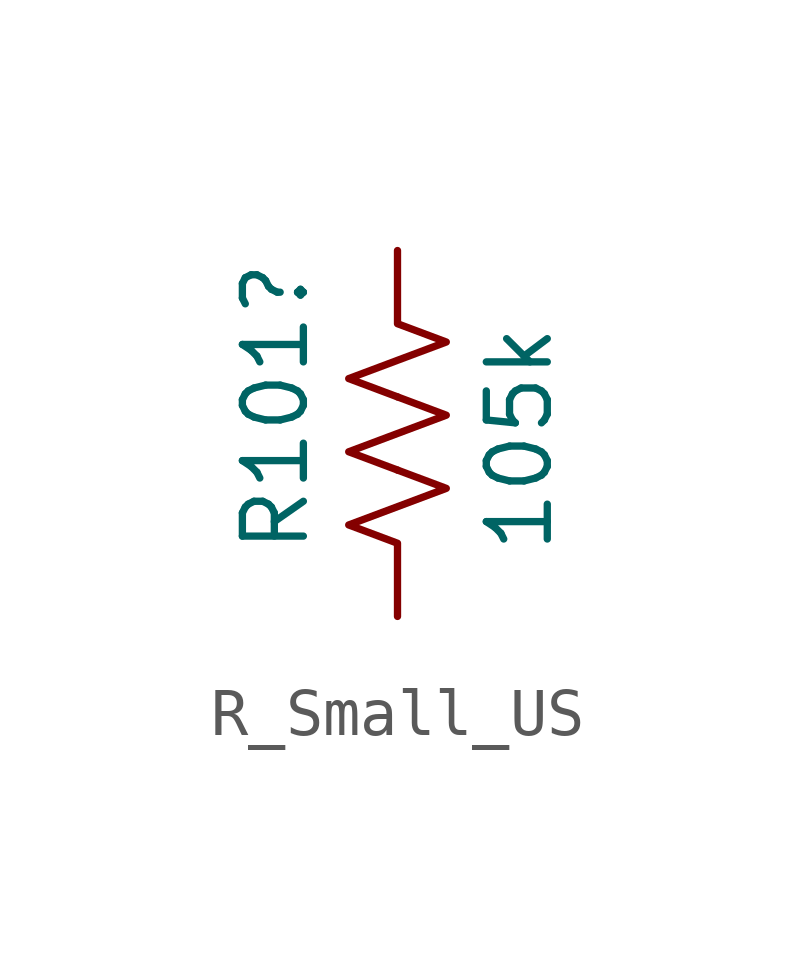
<source format=kicad_sym>
(kicad_symbol_lib
  (version 20241209)
  (generator "kicad_symbol_editor")
  (generator_version "9.0")
  (symbol "R_Small_US"
    (pin_numbers
      (hide yes))
    (pin_names
      (offset 0.254)
      (hide yes))
    (property "Reference" "R101"
      (at -2.54 -2.54 90)
      (effects (font (size 1.27 1.27)) (justify left)))
    (property "Value" "105k"
      (at 2.54 -2.54 90)
      (effects (font (size 1.27 1.27)) (justify left)))
    (symbol "R_Small_US_1_1"
      (polyline (pts (xy 0 2.286) (xy 1.016 1.905) (xy 0 1.524) (xy -1.016 1.143) (xy 0 0.762)) (stroke (width 0) (type default)) (fill (type none)))
      (polyline (pts (xy 0 0.762) (xy 1.016 0.381) (xy 0 0) (xy -1.016 -0.381) (xy 0 -0.762)) (stroke (width 0) (type default)) (fill (type none)))
      (polyline (pts (xy 0 -0.762) (xy 1.016 -1.143) (xy 0 -1.524) (xy -1.016 -1.905) (xy 0 -2.286)) (stroke (width 0) (type default)) (fill (type none)))
      (pin passive line (at 0 3.81 270) (length 1.5) (name "~" (effects (font (size 1.27 1.27)))) (number "1" (effects (font (size 1.27 1.27)))))
      (pin passive line (at 0 -3.81 90) (length 1.5) (name "~" (effects (font (size 1.27 1.27)))) (number "2" (effects (font (size 1.27 1.27))))))))
</source>
